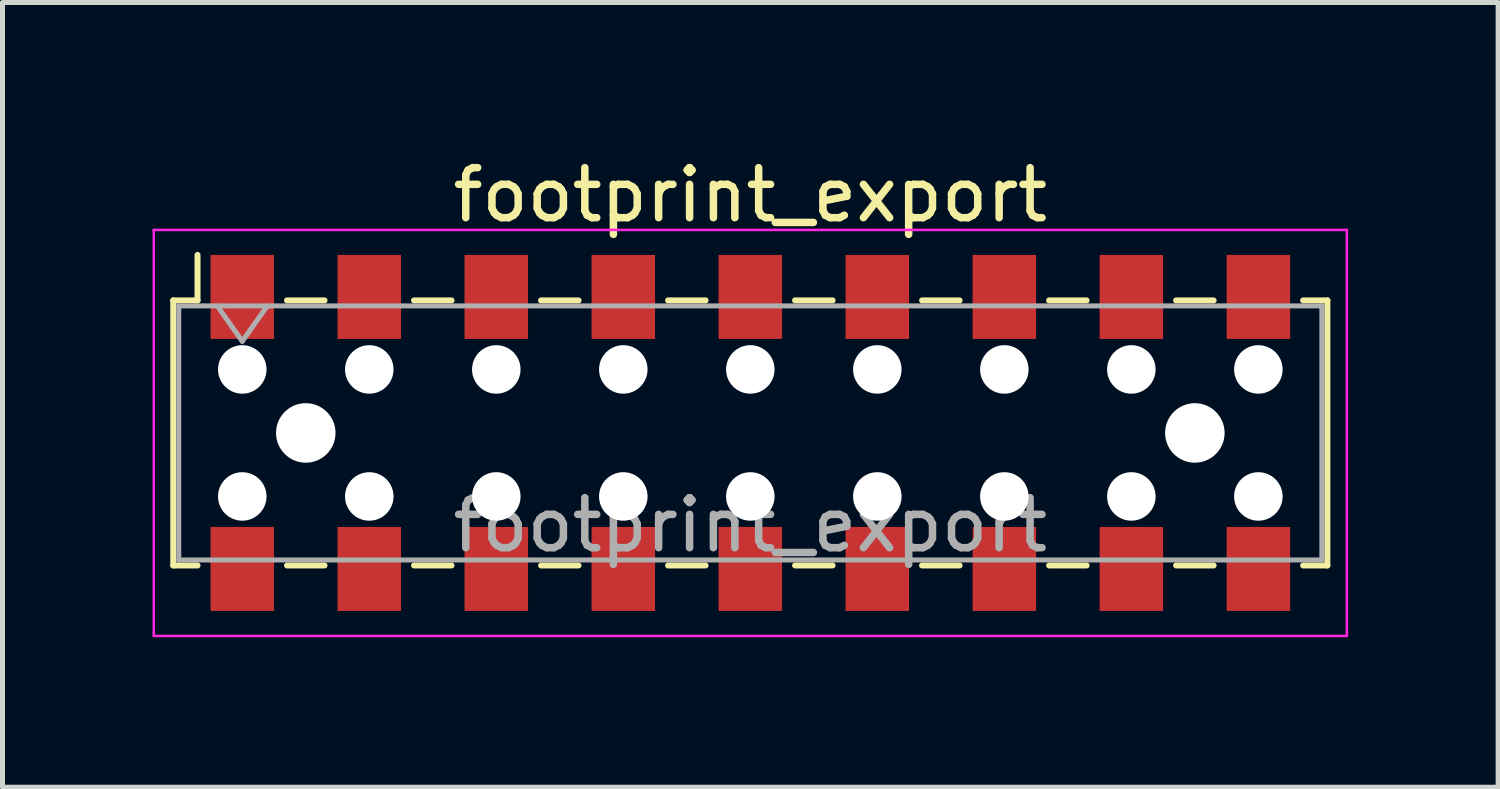
<source format=kicad_pcb>
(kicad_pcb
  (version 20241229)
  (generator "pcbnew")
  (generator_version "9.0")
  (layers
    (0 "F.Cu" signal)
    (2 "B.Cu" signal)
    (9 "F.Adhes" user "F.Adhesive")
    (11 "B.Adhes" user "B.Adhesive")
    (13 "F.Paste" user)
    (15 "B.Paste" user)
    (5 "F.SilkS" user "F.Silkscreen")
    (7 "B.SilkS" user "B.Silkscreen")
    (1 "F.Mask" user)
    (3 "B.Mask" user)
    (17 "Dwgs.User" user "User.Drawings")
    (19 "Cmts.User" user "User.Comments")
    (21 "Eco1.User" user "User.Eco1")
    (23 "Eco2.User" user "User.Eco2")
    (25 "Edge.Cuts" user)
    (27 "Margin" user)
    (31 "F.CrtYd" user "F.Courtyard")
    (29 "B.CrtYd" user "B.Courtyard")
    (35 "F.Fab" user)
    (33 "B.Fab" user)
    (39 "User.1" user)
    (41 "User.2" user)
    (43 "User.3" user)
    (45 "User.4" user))
  (footprint "footprint_export"
    (layer "F.Cu")
    (at 11.955 5.608)
    (property "Reference" "footprint_export" (at 0 -4.76 0) (layer "F.SilkS") (effects (font (size 1 1) (thickness 0.15))))
    (attr smd)
    (fp_line (start -11.54 -2.65) (end -11.54 2.65) (stroke (width 0.12) (type solid)) (layer "F.SilkS"))
    (fp_line (start -11.54 2.65) (end -11.055 2.65) (stroke (width 0.12) (type solid)) (layer "F.SilkS"))
    (fp_line (start -11.055 -3.56) (end -11.055 -2.65) (stroke (width 0.12) (type solid)) (layer "F.SilkS"))
    (fp_line (start -11.055 -2.65) (end -11.54 -2.65) (stroke (width 0.12) (type solid)) (layer "F.SilkS"))
    (fp_line (start -9.265 -2.65) (end -8.515 -2.65) (stroke (width 0.12) (type solid)) (layer "F.SilkS"))
    (fp_line (start -9.265 2.65) (end -8.515 2.65) (stroke (width 0.12) (type solid)) (layer "F.SilkS"))
    (fp_line (start -6.725 -2.65) (end -5.975 -2.65) (stroke (width 0.12) (type solid)) (layer "F.SilkS"))
    (fp_line (start -6.725 2.65) (end -5.975 2.65) (stroke (width 0.12) (type solid)) (layer "F.SilkS"))
    (fp_line (start -4.185 -2.65) (end -3.435 -2.65) (stroke (width 0.12) (type solid)) (layer "F.SilkS"))
    (fp_line (start -4.185 2.65) (end -3.435 2.65) (stroke (width 0.12) (type solid)) (layer "F.SilkS"))
    (fp_line (start -1.645 -2.65) (end -0.895 -2.65) (stroke (width 0.12) (type solid)) (layer "F.SilkS"))
    (fp_line (start -1.645 2.65) (end -0.895 2.65) (stroke (width 0.12) (type solid)) (layer "F.SilkS"))
    (fp_line (start 0.895 -2.65) (end 1.645 -2.65) (stroke (width 0.12) (type solid)) (layer "F.SilkS"))
    (fp_line (start 0.895 2.65) (end 1.645 2.65) (stroke (width 0.12) (type solid)) (layer "F.SilkS"))
    (fp_line (start 3.435 -2.65) (end 4.185 -2.65) (stroke (width 0.12) (type solid)) (layer "F.SilkS"))
    (fp_line (start 3.435 2.65) (end 4.185 2.65) (stroke (width 0.12) (type solid)) (layer "F.SilkS"))
    (fp_line (start 5.975 -2.65) (end 6.725 -2.65) (stroke (width 0.12) (type solid)) (layer "F.SilkS"))
    (fp_line (start 5.975 2.65) (end 6.725 2.65) (stroke (width 0.12) (type solid)) (layer "F.SilkS"))
    (fp_line (start 8.515 -2.65) (end 9.265 -2.65) (stroke (width 0.12) (type solid)) (layer "F.SilkS"))
    (fp_line (start 8.515 2.65) (end 9.265 2.65) (stroke (width 0.12) (type solid)) (layer "F.SilkS"))
    (fp_line (start 11.055 -2.65) (end 11.54 -2.65) (stroke (width 0.12) (type solid)) (layer "F.SilkS"))
    (fp_line (start 11.54 -2.65) (end 11.54 2.65) (stroke (width 0.12) (type solid)) (layer "F.SilkS"))
    (fp_line (start 11.54 2.65) (end 11.055 2.65) (stroke (width 0.12) (type solid)) (layer "F.SilkS"))
    (fp_line (start -11.93 -4.06) (end 11.93 -4.06) (stroke (width 0.05) (type solid)) (layer "F.CrtYd"))
    (fp_line (start -11.93 4.06) (end -11.93 -4.06) (stroke (width 0.05) (type solid)) (layer "F.CrtYd"))
    (fp_line (start 11.93 -4.06) (end 11.93 4.06) (stroke (width 0.05) (type solid)) (layer "F.CrtYd"))
    (fp_line (start 11.93 4.06) (end -11.93 4.06) (stroke (width 0.05) (type solid)) (layer "F.CrtYd"))
    (fp_line (start -11.43 -2.54) (end 11.43 -2.54) (stroke (width 0.1) (type solid)) (layer "F.Fab"))
    (fp_line (start -11.43 2.54) (end -11.43 -2.54) (stroke (width 0.1) (type solid)) (layer "F.Fab"))
    (fp_line (start -10.66 -2.54) (end -10.16 -1.833) (stroke (width 0.1) (type solid)) (layer "F.Fab"))
    (fp_line (start -10.16 -1.833) (end -9.66 -2.54) (stroke (width 0.1) (type solid)) (layer "F.Fab"))
    (fp_line (start 11.43 -2.54) (end 11.43 2.54) (stroke (width 0.1) (type solid)) (layer "F.Fab"))
    (fp_line (start 11.43 2.54) (end -11.43 2.54) (stroke (width 0.1) (type solid)) (layer "F.Fab"))
    (fp_text user "${REFERENCE}" (at 0 1.84 0) (layer "F.Fab") (effects (font (size 1 1) (thickness 0.15))))
    (pad "" np_thru_hole circle (at -10.16 -1.27) (size 0.97 0.97) (drill 0.97) (layers "*.Cu" "*.Mask"))
    (pad "" np_thru_hole circle (at -10.16 1.27) (size 0.97 0.97) (drill 0.97) (layers "*.Cu" "*.Mask"))
    (pad "" np_thru_hole circle (at -8.89 0) (size 1.19 1.19) (drill 1.19) (layers "*.Cu" "*.Mask"))
    (pad "" np_thru_hole circle (at -7.62 -1.27) (size 0.97 0.97) (drill 0.97) (layers "*.Cu" "*.Mask"))
    (pad "" np_thru_hole circle (at -7.62 1.27) (size 0.97 0.97) (drill 0.97) (layers "*.Cu" "*.Mask"))
    (pad "" np_thru_hole circle (at -5.08 -1.27) (size 0.97 0.97) (drill 0.97) (layers "*.Cu" "*.Mask"))
    (pad "" np_thru_hole circle (at -5.08 1.27) (size 0.97 0.97) (drill 0.97) (layers "*.Cu" "*.Mask"))
    (pad "" np_thru_hole circle (at -2.54 -1.27) (size 0.97 0.97) (drill 0.97) (layers "*.Cu" "*.Mask"))
    (pad "" np_thru_hole circle (at -2.54 1.27) (size 0.97 0.97) (drill 0.97) (layers "*.Cu" "*.Mask"))
    (pad "" np_thru_hole circle (at 0 -1.27) (size 0.97 0.97) (drill 0.97) (layers "*.Cu" "*.Mask"))
    (pad "" np_thru_hole circle (at 0 1.27) (size 0.97 0.97) (drill 0.97) (layers "*.Cu" "*.Mask"))
    (pad "" np_thru_hole circle (at 2.54 -1.27) (size 0.97 0.97) (drill 0.97) (layers "*.Cu" "*.Mask"))
    (pad "" np_thru_hole circle (at 2.54 1.27) (size 0.97 0.97) (drill 0.97) (layers "*.Cu" "*.Mask"))
    (pad "" np_thru_hole circle (at 5.08 -1.27) (size 0.97 0.97) (drill 0.97) (layers "*.Cu" "*.Mask"))
    (pad "" np_thru_hole circle (at 5.08 1.27) (size 0.97 0.97) (drill 0.97) (layers "*.Cu" "*.Mask"))
    (pad "" np_thru_hole circle (at 7.62 -1.27) (size 0.97 0.97) (drill 0.97) (layers "*.Cu" "*.Mask"))
    (pad "" np_thru_hole circle (at 7.62 1.27) (size 0.97 0.97) (drill 0.97) (layers "*.Cu" "*.Mask"))
    (pad "" np_thru_hole circle (at 8.89 0) (size 1.19 1.19) (drill 1.19) (layers "*.Cu" "*.Mask"))
    (pad "" np_thru_hole circle (at 10.16 -1.27) (size 0.97 0.97) (drill 0.97) (layers "*.Cu" "*.Mask"))
    (pad "" np_thru_hole circle (at 10.16 1.27) (size 0.97 0.97) (drill 0.97) (layers "*.Cu" "*.Mask"))
    (pad "1" smd rect (at -10.16 -2.72) (size 1.27 1.68) (layers "F.Cu" "F.Mask" "F.Paste"))
    (pad "2" smd rect (at -10.16 2.72) (size 1.27 1.68) (layers "F.Cu" "F.Mask" "F.Paste"))
    (pad "3" smd rect (at -7.62 -2.72) (size 1.27 1.68) (layers "F.Cu" "F.Mask" "F.Paste"))
    (pad "4" smd rect (at -7.62 2.72) (size 1.27 1.68) (layers "F.Cu" "F.Mask" "F.Paste"))
    (pad "5" smd rect (at -5.08 -2.72) (size 1.27 1.68) (layers "F.Cu" "F.Mask" "F.Paste"))
    (pad "6" smd rect (at -5.08 2.72) (size 1.27 1.68) (layers "F.Cu" "F.Mask" "F.Paste"))
    (pad "7" smd rect (at -2.54 -2.72) (size 1.27 1.68) (layers "F.Cu" "F.Mask" "F.Paste"))
    (pad "8" smd rect (at -2.54 2.72) (size 1.27 1.68) (layers "F.Cu" "F.Mask" "F.Paste"))
    (pad "9" smd rect (at 0 -2.72) (size 1.27 1.68) (layers "F.Cu" "F.Mask" "F.Paste"))
    (pad "10" smd rect (at 0 2.72) (size 1.27 1.68) (layers "F.Cu" "F.Mask" "F.Paste"))
    (pad "11" smd rect (at 2.54 -2.72) (size 1.27 1.68) (layers "F.Cu" "F.Mask" "F.Paste"))
    (pad "12" smd rect (at 2.54 2.72) (size 1.27 1.68) (layers "F.Cu" "F.Mask" "F.Paste"))
    (pad "13" smd rect (at 5.08 -2.72) (size 1.27 1.68) (layers "F.Cu" "F.Mask" "F.Paste"))
    (pad "14" smd rect (at 5.08 2.72) (size 1.27 1.68) (layers "F.Cu" "F.Mask" "F.Paste"))
    (pad "15" smd rect (at 7.62 -2.72) (size 1.27 1.68) (layers "F.Cu" "F.Mask" "F.Paste"))
    (pad "16" smd rect (at 7.62 2.72) (size 1.27 1.68) (layers "F.Cu" "F.Mask" "F.Paste"))
    (pad "17" smd rect (at 10.16 -2.72) (size 1.27 1.68) (layers "F.Cu" "F.Mask" "F.Paste"))
    (pad "18" smd rect (at 10.16 2.72) (size 1.27 1.68) (layers "F.Cu" "F.Mask" "F.Paste")))
  (gr_rect
    (start -3 -3)
    (end 26.91 12.693)
    (stroke (width 0.1) (type default))
    (fill no)
    (layer "Edge.Cuts")))
</source>
